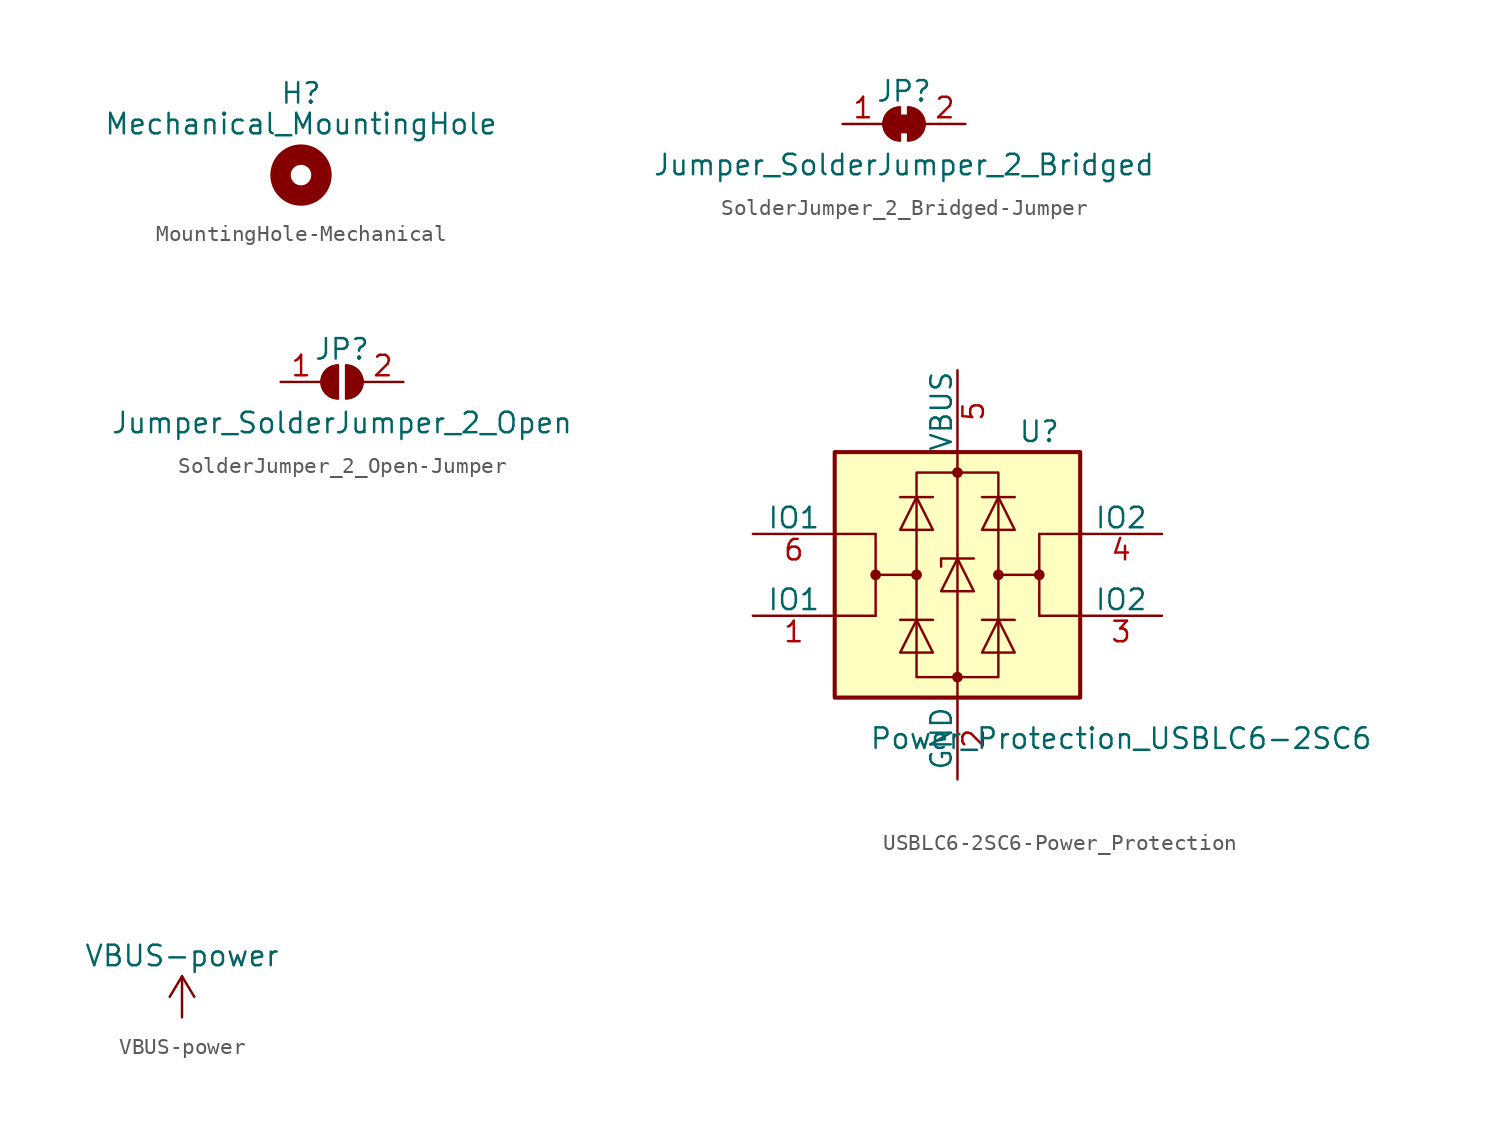
<source format=kicad_sym>
(kicad_symbol_lib
  (version 20220914)
  (generator kicad_symbol_editor)
  (symbol "MountingHole-Mechanical"
    (pin_names
      (offset 1.016))
    (property "Reference" "H"
      (at 0 5.08 0)
      (effects (font (size 1.27 1.27))))
    (property "Value" "Mechanical_MountingHole"
      (at 0 3.175 0)
      (effects (font (size 1.27 1.27))))
    (symbol "MountingHole-Mechanical_0_1"
      (circle (center 0 0) (radius 1.27) (stroke (width 1.27) (type solid)) (fill (type none)))))
  (symbol "SolderJumper_2_Bridged-Jumper"
    (pin_names
      (offset 0) hide)
    (property "Reference" "JP"
      (at 0 2.032 0)
      (effects (font (size 1.27 1.27))))
    (property "Value" "Jumper_SolderJumper_2_Bridged"
      (at 0 -2.54 0)
      (effects (font (size 1.27 1.27))))
    (symbol "SolderJumper_2_Bridged-Jumper_0_1"
      (rectangle (start -0.508 0.508) (end 0.508 -0.508) (stroke (width 0) (type solid)) (fill (type outline)))
      (arc (start -0.254 1.016) (mid -1.2656 0) (end -0.254 -1.016) (stroke (width 0) (type solid)) (fill (type none)))
      (arc (start -0.254 1.016) (mid -1.2656 0) (end -0.254 -1.016) (stroke (width 0) (type solid)) (fill (type outline)))
      (polyline (pts (xy -0.254 1.016) (xy -0.254 -1.016)) (stroke (width 0) (type solid)) (fill (type none)))
      (polyline (pts (xy 0.254 1.016) (xy 0.254 -1.016)) (stroke (width 0) (type solid)) (fill (type none)))
      (arc (start 0.254 -1.016) (mid 1.2656 0) (end 0.254 1.016) (stroke (width 0) (type solid)) (fill (type none)))
      (arc (start 0.254 -1.016) (mid 1.2656 0) (end 0.254 1.016) (stroke (width 0) (type solid)) (fill (type outline))))
    (symbol "SolderJumper_2_Bridged-Jumper_1_1"
      (pin passive line (at -3.81 0 0) (length 2.54) (name "A" (effects (font (size 1.27 1.27)))) (number "1" (effects (font (size 1.27 1.27)))))
      (pin passive line (at 3.81 0 180) (length 2.54) (name "B" (effects (font (size 1.27 1.27)))) (number "2" (effects (font (size 1.27 1.27)))))))
  (symbol "SolderJumper_2_Open-Jumper"
    (pin_names
      (offset 0) hide)
    (property "Reference" "JP"
      (at 0 2.032 0)
      (effects (font (size 1.27 1.27))))
    (property "Value" "Jumper_SolderJumper_2_Open"
      (at 0 -2.54 0)
      (effects (font (size 1.27 1.27))))
    (symbol "SolderJumper_2_Open-Jumper_0_1"
      (arc (start -0.254 1.016) (mid -1.2656 0) (end -0.254 -1.016) (stroke (width 0) (type solid)) (fill (type none)))
      (arc (start -0.254 1.016) (mid -1.2656 0) (end -0.254 -1.016) (stroke (width 0) (type solid)) (fill (type outline)))
      (polyline (pts (xy -0.254 1.016) (xy -0.254 -1.016)) (stroke (width 0) (type solid)) (fill (type none)))
      (polyline (pts (xy 0.254 1.016) (xy 0.254 -1.016)) (stroke (width 0) (type solid)) (fill (type none)))
      (arc (start 0.254 -1.016) (mid 1.2656 0) (end 0.254 1.016) (stroke (width 0) (type solid)) (fill (type none)))
      (arc (start 0.254 -1.016) (mid 1.2656 0) (end 0.254 1.016) (stroke (width 0) (type solid)) (fill (type outline))))
    (symbol "SolderJumper_2_Open-Jumper_1_1"
      (pin passive line (at -3.81 0 0) (length 2.54) (name "A" (effects (font (size 1.27 1.27)))) (number "1" (effects (font (size 1.27 1.27)))))
      (pin passive line (at 3.81 0 180) (length 2.54) (name "B" (effects (font (size 1.27 1.27)))) (number "2" (effects (font (size 1.27 1.27)))))))
  (symbol "USBLC6-2SC6-Power_Protection"
    (pin_names
      (offset 0))
    (property "Reference" "U"
      (at 5.08 8.89 0)
      (effects (font (size 1.27 1.27))))
    (property "Value" "Power_Protection_USBLC6-2SC6"
      (at 10.16 -10.16 0)
      (effects (font (size 1.27 1.27))))
    (symbol "USBLC6-2SC6-Power_Protection_0_1"
      (rectangle (start -7.62 -7.62) (end 7.62 7.62) (stroke (width 0.254) (type solid)) (fill (type background)))
      (circle (center -5.08 0) (radius 0.254) (stroke (width 0) (type solid)) (fill (type outline)))
      (circle (center -2.54 0) (radius 0.254) (stroke (width 0) (type solid)) (fill (type outline)))
      (rectangle (start -2.54 6.35) (end 2.54 -6.35) (stroke (width 0) (type solid)) (fill (type none)))
      (circle (center 0 -6.35) (radius 0.254) (stroke (width 0) (type solid)) (fill (type outline)))
      (polyline (pts (xy -5.08 -2.54) (xy -7.62 -2.54)) (stroke (width 0) (type solid)) (fill (type none)))
      (polyline (pts (xy -5.08 0) (xy -5.08 -2.54)) (stroke (width 0) (type solid)) (fill (type none)))
      (polyline (pts (xy -5.08 2.54) (xy -7.62 2.54)) (stroke (width 0) (type solid)) (fill (type none)))
      (polyline (pts (xy -1.524 -2.794) (xy -3.556 -2.794)) (stroke (width 0) (type solid)) (fill (type none)))
      (polyline (pts (xy -1.524 4.826) (xy -3.556 4.826)) (stroke (width 0) (type solid)) (fill (type none)))
      (polyline (pts (xy 0 -7.62) (xy 0 -6.35)) (stroke (width 0) (type solid)) (fill (type none)))
      (polyline (pts (xy 0 -6.35) (xy 0 1.27)) (stroke (width 0) (type solid)) (fill (type none)))
      (polyline (pts (xy 0 1.27) (xy 0 6.35)) (stroke (width 0) (type solid)) (fill (type none)))
      (polyline (pts (xy 0 6.35) (xy 0 7.62)) (stroke (width 0) (type solid)) (fill (type none)))
      (polyline (pts (xy 1.524 -2.794) (xy 3.556 -2.794)) (stroke (width 0) (type solid)) (fill (type none)))
      (polyline (pts (xy 1.524 4.826) (xy 3.556 4.826)) (stroke (width 0) (type solid)) (fill (type none)))
      (polyline (pts (xy 5.08 -2.54) (xy 7.62 -2.54)) (stroke (width 0) (type solid)) (fill (type none)))
      (polyline (pts (xy 5.08 0) (xy 5.08 -2.54)) (stroke (width 0) (type solid)) (fill (type none)))
      (polyline (pts (xy 5.08 2.54) (xy 7.62 2.54)) (stroke (width 0) (type solid)) (fill (type none)))
      (polyline (pts (xy -2.54 0) (xy -5.08 0) (xy -5.08 2.54)) (stroke (width 0) (type solid)) (fill (type none)))
      (polyline (pts (xy 2.54 0) (xy 5.08 0) (xy 5.08 2.54)) (stroke (width 0) (type solid)) (fill (type none)))
      (polyline (pts (xy -3.556 -4.826) (xy -1.524 -4.826) (xy -2.54 -2.794) (xy -3.556 -4.826)) (stroke (width 0) (type solid)) (fill (type none)))
      (polyline (pts (xy -3.556 2.794) (xy -1.524 2.794) (xy -2.54 4.826) (xy -3.556 2.794)) (stroke (width 0) (type solid)) (fill (type none)))
      (polyline (pts (xy -1.016 -1.016) (xy 1.016 -1.016) (xy 0 1.016) (xy -1.016 -1.016)) (stroke (width 0) (type solid)) (fill (type none)))
      (polyline (pts (xy 1.016 1.016) (xy 0.762 1.016) (xy -1.016 1.016) (xy -1.016 0.508)) (stroke (width 0) (type solid)) (fill (type none)))
      (polyline (pts (xy 3.556 -4.826) (xy 1.524 -4.826) (xy 2.54 -2.794) (xy 3.556 -4.826)) (stroke (width 0) (type solid)) (fill (type none)))
      (polyline (pts (xy 3.556 2.794) (xy 1.524 2.794) (xy 2.54 4.826) (xy 3.556 2.794)) (stroke (width 0) (type solid)) (fill (type none)))
      (circle (center 0 6.35) (radius 0.254) (stroke (width 0) (type solid)) (fill (type outline)))
      (circle (center 2.54 0) (radius 0.254) (stroke (width 0) (type solid)) (fill (type outline)))
      (circle (center 5.08 0) (radius 0.254) (stroke (width 0) (type solid)) (fill (type outline))))
    (symbol "USBLC6-2SC6-Power_Protection_1_1"
      (pin passive line (at -12.7 -2.54 0) (length 5.08) (name "IO1" (effects (font (size 1.27 1.27)))) (number "1" (effects (font (size 1.27 1.27)))))
      (pin passive line (at 0 -12.7 90) (length 5.08) (name "GND" (effects (font (size 1.27 1.27)))) (number "2" (effects (font (size 1.27 1.27)))))
      (pin passive line (at 12.7 -2.54 180) (length 5.08) (name "IO2" (effects (font (size 1.27 1.27)))) (number "3" (effects (font (size 1.27 1.27)))))
      (pin passive line (at 12.7 2.54 180) (length 5.08) (name "IO2" (effects (font (size 1.27 1.27)))) (number "4" (effects (font (size 1.27 1.27)))))
      (pin passive line (at 0 12.7 270) (length 5.08) (name "VBUS" (effects (font (size 1.27 1.27)))) (number "5" (effects (font (size 1.27 1.27)))))
      (pin passive line (at -12.7 2.54 0) (length 5.08) (name "IO1" (effects (font (size 1.27 1.27)))) (number "6" (effects (font (size 1.27 1.27)))))))
  (symbol "VBUS-power"
    (power)
    (pin_names
      (offset 0))
    (property "Reference" "#PWR"
      (at 0 -3.81 0)
      (effects (font (size 1.27 1.27)) hide))
    (property "Value" "VBUS-power"
      (at 0 3.81 0)
      (effects (font (size 1.27 1.27))))
    (symbol "VBUS-power_0_1"
      (polyline (pts (xy -0.762 1.27) (xy 0 2.54)) (stroke (width 0) (type solid)) (fill (type none)))
      (polyline (pts (xy 0 0) (xy 0 2.54)) (stroke (width 0) (type solid)) (fill (type none)))
      (polyline (pts (xy 0 2.54) (xy 0.762 1.27)) (stroke (width 0) (type solid)) (fill (type none))))
    (symbol "VBUS-power_1_1"
      (pin power_in line (at 0 0 90) (length 0) hide (name "VBUS" (effects (font (size 1.27 1.27)))) (number "1" (effects (font (size 1.27 1.27))))))))
</source>
